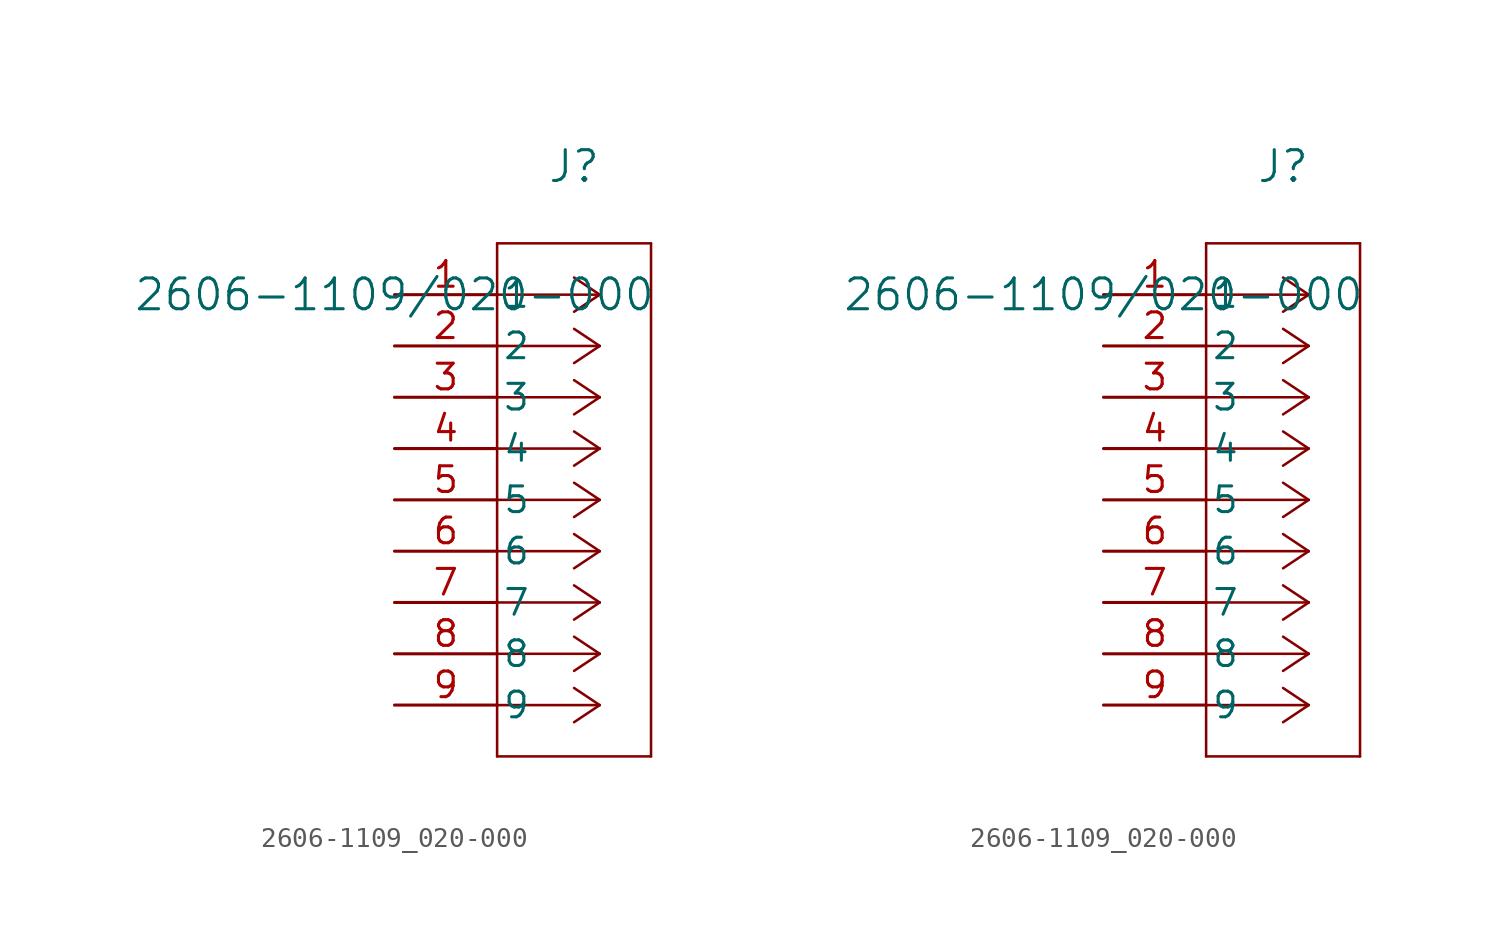
<source format=kicad_sym>
(kicad_symbol_lib
  (version 20211014)
  (generator kicad_symbol_editor)
  (symbol "2606-1109_020-000"
    (pin_names
      (offset 0.254))
    (property "Reference" "J"
      (at 8.89 6.35 0)
      (effects (font (size 1.524 1.524))))
    (property "Value" "2606-1109/020-000"
      (at 0 0 0)
      (effects (font (size 1.524 1.524))))
    (symbol "2606-1109_020-000_1_1"
      (polyline (pts (xy 10.16 0) (xy 5.08 0)) (stroke (width 0.127) (type default) (color 0 0 0 0)) (fill (type none)))
      (polyline (pts (xy 10.16 -2.54) (xy 5.08 -2.54)) (stroke (width 0.127) (type default) (color 0 0 0 0)) (fill (type none)))
      (polyline (pts (xy 10.16 -5.08) (xy 5.08 -5.08)) (stroke (width 0.127) (type default) (color 0 0 0 0)) (fill (type none)))
      (polyline (pts (xy 10.16 -7.62) (xy 5.08 -7.62)) (stroke (width 0.127) (type default) (color 0 0 0 0)) (fill (type none)))
      (polyline (pts (xy 10.16 -10.16) (xy 5.08 -10.16)) (stroke (width 0.127) (type default) (color 0 0 0 0)) (fill (type none)))
      (polyline (pts (xy 10.16 -12.7) (xy 5.08 -12.7)) (stroke (width 0.127) (type default) (color 0 0 0 0)) (fill (type none)))
      (polyline (pts (xy 10.16 -15.24) (xy 5.08 -15.24)) (stroke (width 0.127) (type default) (color 0 0 0 0)) (fill (type none)))
      (polyline (pts (xy 10.16 -17.78) (xy 5.08 -17.78)) (stroke (width 0.127) (type default) (color 0 0 0 0)) (fill (type none)))
      (polyline (pts (xy 10.16 -20.32) (xy 5.08 -20.32)) (stroke (width 0.127) (type default) (color 0 0 0 0)) (fill (type none)))
      (polyline (pts (xy 10.16 0) (xy 8.89 0.847)) (stroke (width 0.127) (type default) (color 0 0 0 0)) (fill (type none)))
      (polyline (pts (xy 10.16 -2.54) (xy 8.89 -1.693)) (stroke (width 0.127) (type default) (color 0 0 0 0)) (fill (type none)))
      (polyline (pts (xy 10.16 -5.08) (xy 8.89 -4.233)) (stroke (width 0.127) (type default) (color 0 0 0 0)) (fill (type none)))
      (polyline (pts (xy 10.16 -7.62) (xy 8.89 -6.773)) (stroke (width 0.127) (type default) (color 0 0 0 0)) (fill (type none)))
      (polyline (pts (xy 10.16 -10.16) (xy 8.89 -9.313)) (stroke (width 0.127) (type default) (color 0 0 0 0)) (fill (type none)))
      (polyline (pts (xy 10.16 -12.7) (xy 8.89 -11.853)) (stroke (width 0.127) (type default) (color 0 0 0 0)) (fill (type none)))
      (polyline (pts (xy 10.16 -15.24) (xy 8.89 -14.393)) (stroke (width 0.127) (type default) (color 0 0 0 0)) (fill (type none)))
      (polyline (pts (xy 10.16 -17.78) (xy 8.89 -16.933)) (stroke (width 0.127) (type default) (color 0 0 0 0)) (fill (type none)))
      (polyline (pts (xy 10.16 -20.32) (xy 8.89 -19.473)) (stroke (width 0.127) (type default) (color 0 0 0 0)) (fill (type none)))
      (polyline (pts (xy 10.16 0) (xy 8.89 -0.847)) (stroke (width 0.127) (type default) (color 0 0 0 0)) (fill (type none)))
      (polyline (pts (xy 10.16 -2.54) (xy 8.89 -3.387)) (stroke (width 0.127) (type default) (color 0 0 0 0)) (fill (type none)))
      (polyline (pts (xy 10.16 -5.08) (xy 8.89 -5.927)) (stroke (width 0.127) (type default) (color 0 0 0 0)) (fill (type none)))
      (polyline (pts (xy 10.16 -7.62) (xy 8.89 -8.467)) (stroke (width 0.127) (type default) (color 0 0 0 0)) (fill (type none)))
      (polyline (pts (xy 10.16 -10.16) (xy 8.89 -11.007)) (stroke (width 0.127) (type default) (color 0 0 0 0)) (fill (type none)))
      (polyline (pts (xy 10.16 -12.7) (xy 8.89 -13.547)) (stroke (width 0.127) (type default) (color 0 0 0 0)) (fill (type none)))
      (polyline (pts (xy 10.16 -15.24) (xy 8.89 -16.087)) (stroke (width 0.127) (type default) (color 0 0 0 0)) (fill (type none)))
      (polyline (pts (xy 10.16 -17.78) (xy 8.89 -18.627)) (stroke (width 0.127) (type default) (color 0 0 0 0)) (fill (type none)))
      (polyline (pts (xy 10.16 -20.32) (xy 8.89 -21.167)) (stroke (width 0.127) (type default) (color 0 0 0 0)) (fill (type none)))
      (polyline (pts (xy 5.08 2.54) (xy 5.08 -22.86)) (stroke (width 0.127) (type default) (color 0 0 0 0)) (fill (type none)))
      (polyline (pts (xy 5.08 -22.86) (xy 12.7 -22.86)) (stroke (width 0.127) (type default) (color 0 0 0 0)) (fill (type none)))
      (polyline (pts (xy 12.7 -22.86) (xy 12.7 2.54)) (stroke (width 0.127) (type default) (color 0 0 0 0)) (fill (type none)))
      (polyline (pts (xy 12.7 2.54) (xy 5.08 2.54)) (stroke (width 0.127) (type default) (color 0 0 0 0)) (fill (type none)))
      (pin unspecified line (at 0 0 0) (length 5.08) (name "1" (effects (font (size 1.27 1.27)))) (number "1" (effects (font (size 1.27 1.27)))))
      (pin unspecified line (at 0 -2.54 0) (length 5.08) (name "2" (effects (font (size 1.27 1.27)))) (number "2" (effects (font (size 1.27 1.27)))))
      (pin unspecified line (at 0 -5.08 0) (length 5.08) (name "3" (effects (font (size 1.27 1.27)))) (number "3" (effects (font (size 1.27 1.27)))))
      (pin unspecified line (at 0 -7.62 0) (length 5.08) (name "4" (effects (font (size 1.27 1.27)))) (number "4" (effects (font (size 1.27 1.27)))))
      (pin unspecified line (at 0 -10.16 0) (length 5.08) (name "5" (effects (font (size 1.27 1.27)))) (number "5" (effects (font (size 1.27 1.27)))))
      (pin unspecified line (at 0 -12.7 0) (length 5.08) (name "6" (effects (font (size 1.27 1.27)))) (number "6" (effects (font (size 1.27 1.27)))))
      (pin unspecified line (at 0 -15.24 0) (length 5.08) (name "7" (effects (font (size 1.27 1.27)))) (number "7" (effects (font (size 1.27 1.27)))))
      (pin unspecified line (at 0 -17.78 0) (length 5.08) (name "8" (effects (font (size 1.27 1.27)))) (number "8" (effects (font (size 1.27 1.27)))))
      (pin unspecified line (at 0 -20.32 0) (length 5.08) (name "9" (effects (font (size 1.27 1.27)))) (number "9" (effects (font (size 1.27 1.27))))))
    (symbol "2606-1109_020-000_1_2"
      (polyline (pts (xy 10.16 0) (xy 5.08 0)) (stroke (width 0.127) (type default) (color 0 0 0 0)) (fill (type none)))
      (polyline (pts (xy 10.16 -2.54) (xy 5.08 -2.54)) (stroke (width 0.127) (type default) (color 0 0 0 0)) (fill (type none)))
      (polyline (pts (xy 10.16 -5.08) (xy 5.08 -5.08)) (stroke (width 0.127) (type default) (color 0 0 0 0)) (fill (type none)))
      (polyline (pts (xy 10.16 -7.62) (xy 5.08 -7.62)) (stroke (width 0.127) (type default) (color 0 0 0 0)) (fill (type none)))
      (polyline (pts (xy 10.16 -10.16) (xy 5.08 -10.16)) (stroke (width 0.127) (type default) (color 0 0 0 0)) (fill (type none)))
      (polyline (pts (xy 10.16 -12.7) (xy 5.08 -12.7)) (stroke (width 0.127) (type default) (color 0 0 0 0)) (fill (type none)))
      (polyline (pts (xy 10.16 -15.24) (xy 5.08 -15.24)) (stroke (width 0.127) (type default) (color 0 0 0 0)) (fill (type none)))
      (polyline (pts (xy 10.16 -17.78) (xy 5.08 -17.78)) (stroke (width 0.127) (type default) (color 0 0 0 0)) (fill (type none)))
      (polyline (pts (xy 10.16 -20.32) (xy 5.08 -20.32)) (stroke (width 0.127) (type default) (color 0 0 0 0)) (fill (type none)))
      (polyline (pts (xy 10.16 0) (xy 8.89 0.847)) (stroke (width 0.127) (type default) (color 0 0 0 0)) (fill (type none)))
      (polyline (pts (xy 10.16 -2.54) (xy 8.89 -1.693)) (stroke (width 0.127) (type default) (color 0 0 0 0)) (fill (type none)))
      (polyline (pts (xy 10.16 -5.08) (xy 8.89 -4.233)) (stroke (width 0.127) (type default) (color 0 0 0 0)) (fill (type none)))
      (polyline (pts (xy 10.16 -7.62) (xy 8.89 -6.773)) (stroke (width 0.127) (type default) (color 0 0 0 0)) (fill (type none)))
      (polyline (pts (xy 10.16 -10.16) (xy 8.89 -9.313)) (stroke (width 0.127) (type default) (color 0 0 0 0)) (fill (type none)))
      (polyline (pts (xy 10.16 -12.7) (xy 8.89 -11.853)) (stroke (width 0.127) (type default) (color 0 0 0 0)) (fill (type none)))
      (polyline (pts (xy 10.16 -15.24) (xy 8.89 -14.393)) (stroke (width 0.127) (type default) (color 0 0 0 0)) (fill (type none)))
      (polyline (pts (xy 10.16 -17.78) (xy 8.89 -16.933)) (stroke (width 0.127) (type default) (color 0 0 0 0)) (fill (type none)))
      (polyline (pts (xy 10.16 -20.32) (xy 8.89 -19.473)) (stroke (width 0.127) (type default) (color 0 0 0 0)) (fill (type none)))
      (polyline (pts (xy 10.16 0) (xy 8.89 -0.847)) (stroke (width 0.127) (type default) (color 0 0 0 0)) (fill (type none)))
      (polyline (pts (xy 10.16 -2.54) (xy 8.89 -3.387)) (stroke (width 0.127) (type default) (color 0 0 0 0)) (fill (type none)))
      (polyline (pts (xy 10.16 -5.08) (xy 8.89 -5.927)) (stroke (width 0.127) (type default) (color 0 0 0 0)) (fill (type none)))
      (polyline (pts (xy 10.16 -7.62) (xy 8.89 -8.467)) (stroke (width 0.127) (type default) (color 0 0 0 0)) (fill (type none)))
      (polyline (pts (xy 10.16 -10.16) (xy 8.89 -11.007)) (stroke (width 0.127) (type default) (color 0 0 0 0)) (fill (type none)))
      (polyline (pts (xy 10.16 -12.7) (xy 8.89 -13.547)) (stroke (width 0.127) (type default) (color 0 0 0 0)) (fill (type none)))
      (polyline (pts (xy 10.16 -15.24) (xy 8.89 -16.087)) (stroke (width 0.127) (type default) (color 0 0 0 0)) (fill (type none)))
      (polyline (pts (xy 10.16 -17.78) (xy 8.89 -18.627)) (stroke (width 0.127) (type default) (color 0 0 0 0)) (fill (type none)))
      (polyline (pts (xy 10.16 -20.32) (xy 8.89 -21.167)) (stroke (width 0.127) (type default) (color 0 0 0 0)) (fill (type none)))
      (polyline (pts (xy 5.08 2.54) (xy 5.08 -22.86)) (stroke (width 0.127) (type default) (color 0 0 0 0)) (fill (type none)))
      (polyline (pts (xy 5.08 -22.86) (xy 12.7 -22.86)) (stroke (width 0.127) (type default) (color 0 0 0 0)) (fill (type none)))
      (polyline (pts (xy 12.7 -22.86) (xy 12.7 2.54)) (stroke (width 0.127) (type default) (color 0 0 0 0)) (fill (type none)))
      (polyline (pts (xy 12.7 2.54) (xy 5.08 2.54)) (stroke (width 0.127) (type default) (color 0 0 0 0)) (fill (type none)))
      (pin unspecified line (at 0 0 0) (length 5.08) (name "1" (effects (font (size 1.27 1.27)))) (number "1" (effects (font (size 1.27 1.27)))))
      (pin unspecified line (at 0 -2.54 0) (length 5.08) (name "2" (effects (font (size 1.27 1.27)))) (number "2" (effects (font (size 1.27 1.27)))))
      (pin unspecified line (at 0 -5.08 0) (length 5.08) (name "3" (effects (font (size 1.27 1.27)))) (number "3" (effects (font (size 1.27 1.27)))))
      (pin unspecified line (at 0 -7.62 0) (length 5.08) (name "4" (effects (font (size 1.27 1.27)))) (number "4" (effects (font (size 1.27 1.27)))))
      (pin unspecified line (at 0 -10.16 0) (length 5.08) (name "5" (effects (font (size 1.27 1.27)))) (number "5" (effects (font (size 1.27 1.27)))))
      (pin unspecified line (at 0 -12.7 0) (length 5.08) (name "6" (effects (font (size 1.27 1.27)))) (number "6" (effects (font (size 1.27 1.27)))))
      (pin unspecified line (at 0 -15.24 0) (length 5.08) (name "7" (effects (font (size 1.27 1.27)))) (number "7" (effects (font (size 1.27 1.27)))))
      (pin unspecified line (at 0 -17.78 0) (length 5.08) (name "8" (effects (font (size 1.27 1.27)))) (number "8" (effects (font (size 1.27 1.27)))))
      (pin unspecified line (at 0 -20.32 0) (length 5.08) (name "9" (effects (font (size 1.27 1.27)))) (number "9" (effects (font (size 1.27 1.27))))))))
</source>
